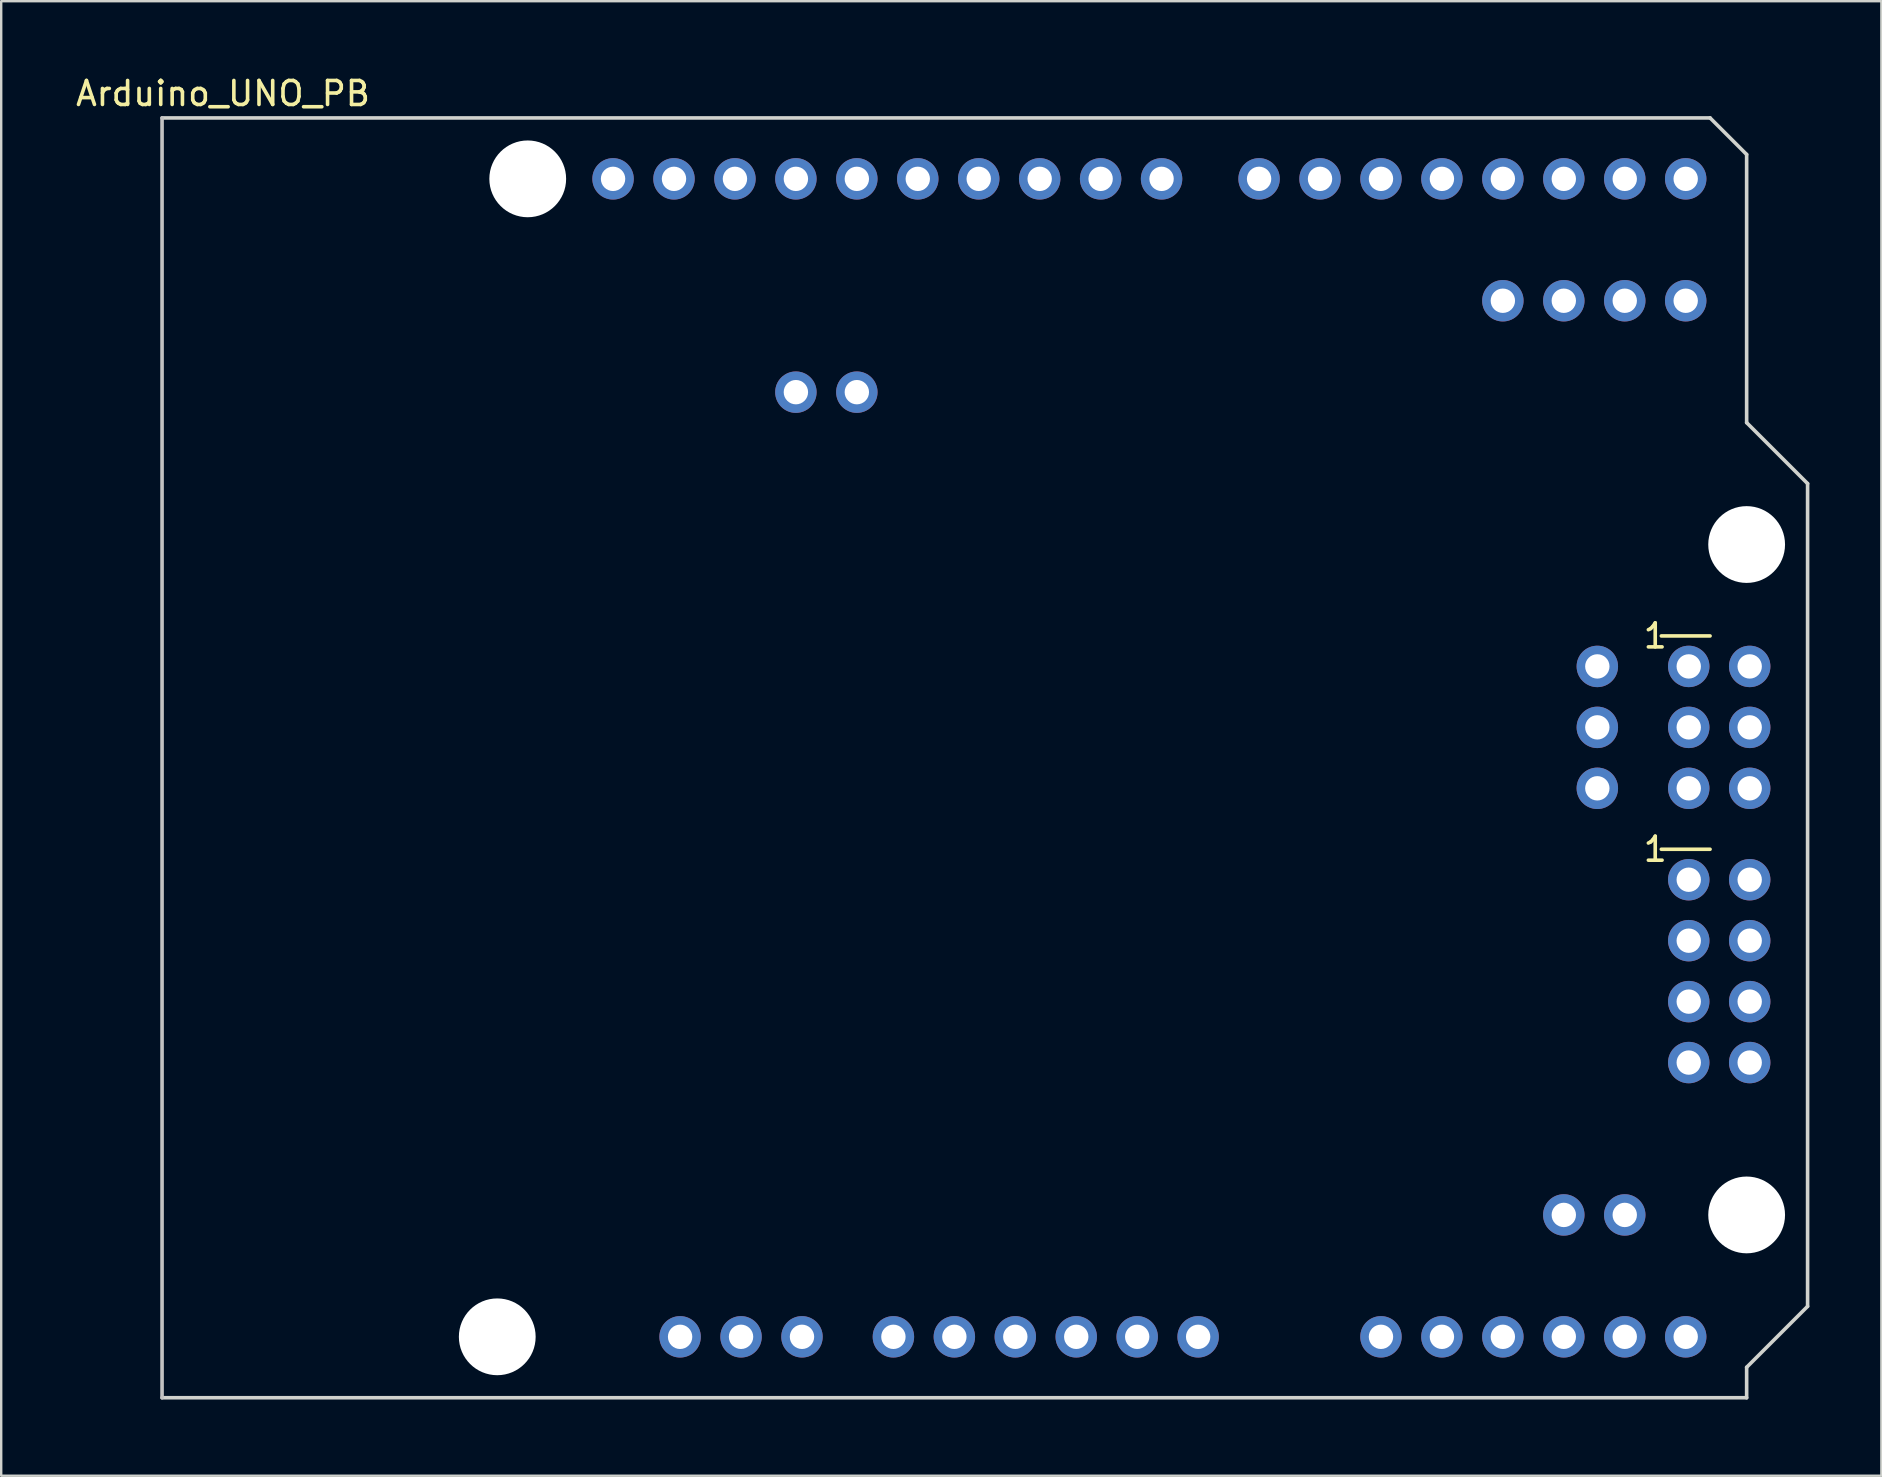
<source format=kicad_pcb>
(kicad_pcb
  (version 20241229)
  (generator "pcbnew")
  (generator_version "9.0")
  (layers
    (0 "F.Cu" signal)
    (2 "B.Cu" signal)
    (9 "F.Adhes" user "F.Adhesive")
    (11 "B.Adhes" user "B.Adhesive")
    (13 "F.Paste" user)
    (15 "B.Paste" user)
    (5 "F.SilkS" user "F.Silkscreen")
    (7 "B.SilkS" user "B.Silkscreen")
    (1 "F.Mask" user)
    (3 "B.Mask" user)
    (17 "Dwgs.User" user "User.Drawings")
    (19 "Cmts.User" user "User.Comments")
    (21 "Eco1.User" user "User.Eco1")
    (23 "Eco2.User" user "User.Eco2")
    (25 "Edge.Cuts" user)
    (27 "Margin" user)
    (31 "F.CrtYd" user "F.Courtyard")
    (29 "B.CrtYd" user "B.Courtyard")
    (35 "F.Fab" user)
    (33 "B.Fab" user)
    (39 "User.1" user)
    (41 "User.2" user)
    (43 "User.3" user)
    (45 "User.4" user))
  (footprint "Arduino_UNO_PB"
    (layer "F.Cu")
    (at 3.704 55.204)
    (property "Reference" "Arduino_UNO_PB" (at 2.54 -54.356 0) (layer "F.SilkS") (effects (font (size 1 1) (thickness 0.15))))
    (attr through_hole)
    (fp_line (start 62.484 -31.75) (end 64.516 -31.75) (stroke (width 0.15) (type solid)) (layer "F.SilkS"))
    (fp_line (start 62.484 -22.86) (end 64.516 -22.86) (stroke (width 0.15) (type solid)) (layer "F.SilkS"))
    (fp_line (start 0 -53.34) (end 0 0) (stroke (width 0.15) (type solid)) (layer "Dwgs.User"))
    (fp_line (start 0 -53.34) (end 64.516 -53.34) (stroke (width 0.15) (type solid)) (layer "Edge.Cuts"))
    (fp_line (start 0 0) (end 66.04 0) (stroke (width 0.15) (type solid)) (layer "Edge.Cuts"))
    (fp_line (start 64.516 -53.34) (end 66.04 -51.816) (stroke (width 0.15) (type solid)) (layer "Edge.Cuts"))
    (fp_line (start 66.04 -40.64) (end 66.04 -51.816) (stroke (width 0.15) (type solid)) (layer "Edge.Cuts"))
    (fp_line (start 66.04 -1.27) (end 68.58 -3.81) (stroke (width 0.15) (type solid)) (layer "Edge.Cuts"))
    (fp_line (start 66.04 0) (end 66.04 -1.27) (stroke (width 0.15) (type solid)) (layer "Edge.Cuts"))
    (fp_line (start 68.58 -38.1) (end 66.04 -40.64) (stroke (width 0.15) (type solid)) (layer "Edge.Cuts"))
    (fp_line (start 68.58 -3.81) (end 68.58 -38.1) (stroke (width 0.15) (type solid)) (layer "Edge.Cuts"))
    (fp_text user "1" (at 62.23 -22.86 0) (layer "F.SilkS") (effects (font (size 1 1) (thickness 0.15))))
    (fp_text user "1" (at 62.23 -31.75 0) (layer "F.SilkS") (effects (font (size 1 1) (thickness 0.15))))
    (pad "" np_thru_hole circle (at 13.97 -2.54) (size 3.2 3.2) (drill 3.2) (layers "*.Cu" "*.Mask"))
    (pad "" np_thru_hole circle (at 15.24 -50.8) (size 3.2 3.2) (drill 3.2) (layers "*.Cu" "*.Mask"))
    (pad "" np_thru_hole circle (at 66.04 -35.56) (size 3.2 3.2) (drill 3.2) (layers "*.Cu" "*.Mask"))
    (pad "" np_thru_hole circle (at 66.04 -7.62) (size 3.2 3.2) (drill 3.2) (layers "*.Cu" "*.Mask"))
    (pad "3V3" thru_hole oval (at 35.56 -2.54) (size 1.727 1.727) (drill 1.016) (layers "*.Cu" "*.Mask"))
    (pad "3V3" thru_hole oval (at 66.167 -21.59) (size 1.727 1.727) (drill 1.016) (layers "*.Cu" "*.Mask"))
    (pad "5V" thru_hole oval (at 26.67 -2.54) (size 1.727 1.727) (drill 1.016) (layers "*.Cu" "*.Mask"))
    (pad "5V" thru_hole oval (at 30.48 -2.54) (size 1.727 1.727) (drill 1.016) (layers "*.Cu" "*.Mask"))
    (pad "AREF" thru_hole oval (at 23.876 -50.8) (size 1.727 1.727) (drill 1.016) (layers "*.Cu" "*.Mask"))
    (pad "CE" thru_hole oval (at 63.627 -19.05) (size 1.727 1.727) (drill 1.016) (layers "*.Cu" "*.Mask"))
    (pad "CSN" thru_hole oval (at 66.167 -19.05) (size 1.727 1.727) (drill 1.016) (layers "*.Cu" "*.Mask"))
    (pad "D0" thru_hole oval (at 63.5 -50.8) (size 1.727 1.727) (drill 1.016) (layers "*.Cu" "*.Mask"))
    (pad "D1" thru_hole oval (at 60.96 -50.8) (size 1.727 1.727) (drill 1.016) (layers "*.Cu" "*.Mask"))
    (pad "D2" thru_hole oval (at 58.42 -50.8) (size 1.727 1.727) (drill 1.016) (layers "*.Cu" "*.Mask"))
    (pad "D3" thru_hole oval (at 55.88 -50.8) (size 1.727 1.727) (drill 1.016) (layers "*.Cu" "*.Mask"))
    (pad "D4" thru_hole oval (at 53.34 -50.8) (size 1.727 1.727) (drill 1.016) (layers "*.Cu" "*.Mask"))
    (pad "D5" thru_hole oval (at 50.8 -50.8) (size 1.727 1.727) (drill 1.016) (layers "*.Cu" "*.Mask"))
    (pad "D6" thru_hole oval (at 48.26 -50.8) (size 1.727 1.727) (drill 1.016) (layers "*.Cu" "*.Mask"))
    (pad "D7" thru_hole oval (at 45.72 -50.8) (size 1.727 1.727) (drill 1.016) (layers "*.Cu" "*.Mask"))
    (pad "D8" thru_hole oval (at 41.656 -50.8) (size 1.727 1.727) (drill 1.016) (layers "*.Cu" "*.Mask"))
    (pad "D9" thru_hole oval (at 39.116 -50.8) (size 1.727 1.727) (drill 1.016) (layers "*.Cu" "*.Mask"))
    (pad "D10" thru_hole oval (at 36.576 -50.8) (size 1.727 1.727) (drill 1.016) (layers "*.Cu" "*.Mask"))
    (pad "D11" thru_hole oval (at 34.036 -50.8) (size 1.727 1.727) (drill 1.016) (layers "*.Cu" "*.Mask"))
    (pad "D12" thru_hole oval (at 31.496 -50.8) (size 1.727 1.727) (drill 1.016) (layers "*.Cu" "*.Mask"))
    (pad "D13" thru_hole oval (at 28.956 -50.8) (size 1.727 1.727) (drill 1.016) (layers "*.Cu" "*.Mask"))
    (pad "D14" thru_hole oval (at 50.8 -2.54) (size 1.727 1.727) (drill 1.016) (layers "*.Cu" "*.Mask"))
    (pad "D15" thru_hole oval (at 53.34 -2.54) (size 1.727 1.727) (drill 1.016) (layers "*.Cu" "*.Mask"))
    (pad "D16" thru_hole oval (at 55.88 -2.54) (size 1.727 1.727) (drill 1.016) (layers "*.Cu" "*.Mask"))
    (pad "D17" thru_hole oval (at 58.42 -2.54) (size 1.727 1.727) (drill 1.016) (layers "*.Cu" "*.Mask"))
    (pad "D18" thru_hole oval (at 60.96 -2.54) (size 1.727 1.727) (drill 1.016) (layers "*.Cu" "*.Mask"))
    (pad "D19" thru_hole oval (at 63.5 -2.54) (size 1.727 1.727) (drill 1.016) (layers "*.Cu" "*.Mask"))
    (pad "D20" thru_hole oval (at 63.5 -45.72) (size 1.727 1.727) (drill 1.016) (layers "*.Cu" "*.Mask"))
    (pad "D21" thru_hole oval (at 60.96 -45.72) (size 1.727 1.727) (drill 1.016) (layers "*.Cu" "*.Mask"))
    (pad "D23" thru_hole oval (at 58.42 -45.72) (size 1.727 1.727) (drill 1.016) (layers "*.Cu" "*.Mask"))
    (pad "D24" thru_hole oval (at 55.88 -45.72) (size 1.727 1.727) (drill 1.016) (layers "*.Cu" "*.Mask"))
    (pad "D25" thru_hole oval (at 58.42 -7.62) (size 1.727 1.727) (drill 1.016) (layers "*.Cu" "*.Mask"))
    (pad "D26" thru_hole oval (at 60.96 -7.62) (size 1.727 1.727) (drill 1.016) (layers "*.Cu" "*.Mask"))
    (pad "DTR" thru_hole oval (at 26.416 -41.91) (size 1.727 1.727) (drill 1.016) (layers "*.Cu" "*.Mask"))
    (pad "GND" thru_hole oval (at 21.59 -2.54) (size 1.727 1.727) (drill 1.016) (layers "*.Cu" "*.Mask"))
    (pad "GND" thru_hole oval (at 26.416 -50.8) (size 1.727 1.727) (drill 1.016) (layers "*.Cu" "*.Mask"))
    (pad "GND" thru_hole oval (at 40.64 -2.54) (size 1.727 1.727) (drill 1.016) (layers "*.Cu" "*.Mask"))
    (pad "GND" thru_hole oval (at 43.18 -2.54) (size 1.727 1.727) (drill 1.016) (layers "*.Cu" "*.Mask"))
    (pad "GND" thru_hole oval (at 63.627 -21.59) (size 1.727 1.727) (drill 1.016) (layers "*.Cu" "*.Mask"))
    (pad "GND" thru_hole oval (at 66.167 -25.4) (size 1.727 1.727) (drill 1.016) (layers "*.Cu" "*.Mask"))
    (pad "IRQ" thru_hole oval (at 66.167 -13.97) (size 1.727 1.727) (drill 1.016) (layers "*.Cu" "*.Mask"))
    (pad "LED" thru_hole oval (at 24.13 -2.54) (size 1.727 1.727) (drill 1.016) (layers "*.Cu" "*.Mask"))
    (pad "MISO" thru_hole oval (at 63.627 -30.48) (size 1.727 1.727) (drill 1.016) (layers "*.Cu" "*.Mask"))
    (pad "MISO" thru_hole oval (at 63.627 -13.97) (size 1.727 1.727) (drill 1.016) (layers "*.Cu" "*.Mask"))
    (pad "MOSI" thru_hole oval (at 66.167 -27.94) (size 1.727 1.727) (drill 1.016) (layers "*.Cu" "*.Mask"))
    (pad "MOSI" thru_hole oval (at 66.167 -16.51) (size 1.727 1.727) (drill 1.016) (layers "*.Cu" "*.Mask"))
    (pad "RST" thru_hole oval (at 33.02 -2.54) (size 1.727 1.727) (drill 1.016) (layers "*.Cu" "*.Mask"))
    (pad "RST" thru_hole oval (at 59.817 -25.4) (size 1.727 1.727) (drill 1.016) (layers "*.Cu" "*.Mask"))
    (pad "RST_OUT" thru_hole oval (at 59.817 -30.48) (size 1.727 1.727) (drill 1.016) (layers "*.Cu" "*.Mask"))
    (pad "RTS" thru_hole oval (at 28.956 -41.91) (size 1.727 1.727) (drill 1.016) (layers "*.Cu" "*.Mask"))
    (pad "SCK" thru_hole oval (at 63.627 -27.94) (size 1.727 1.727) (drill 1.016) (layers "*.Cu" "*.Mask"))
    (pad "SCK" thru_hole oval (at 63.627 -16.51) (size 1.727 1.727) (drill 1.016) (layers "*.Cu" "*.Mask"))
    (pad "SCL0" thru_hole oval (at 18.796 -50.8) (size 1.727 1.727) (drill 1.016) (layers "*.Cu" "*.Mask"))
    (pad "SDA0" thru_hole oval (at 21.336 -50.8) (size 1.727 1.727) (drill 1.016) (layers "*.Cu" "*.Mask"))
    (pad "SPI_RESET" thru_hole oval (at 59.817 -27.94) (size 1.727 1.727) (drill 1.016) (layers "*.Cu" "*.Mask"))
    (pad "SPI_RESET" thru_hole oval (at 63.627 -25.4) (size 1.727 1.727) (drill 1.016) (layers "*.Cu" "*.Mask"))
    (pad "VCC" thru_hole oval (at 38.1 -2.54) (size 1.727 1.727) (drill 1.016) (layers "*.Cu" "*.Mask"))
    (pad "VCC" thru_hole oval (at 66.167 -30.48) (size 1.727 1.727) (drill 1.016) (layers "*.Cu" "*.Mask")))
  (gr_rect
    (start -3 -3)
    (end 75.359 58.454)
    (stroke (width 0.1) (type default))
    (fill no)
    (layer "Edge.Cuts")))
</source>
